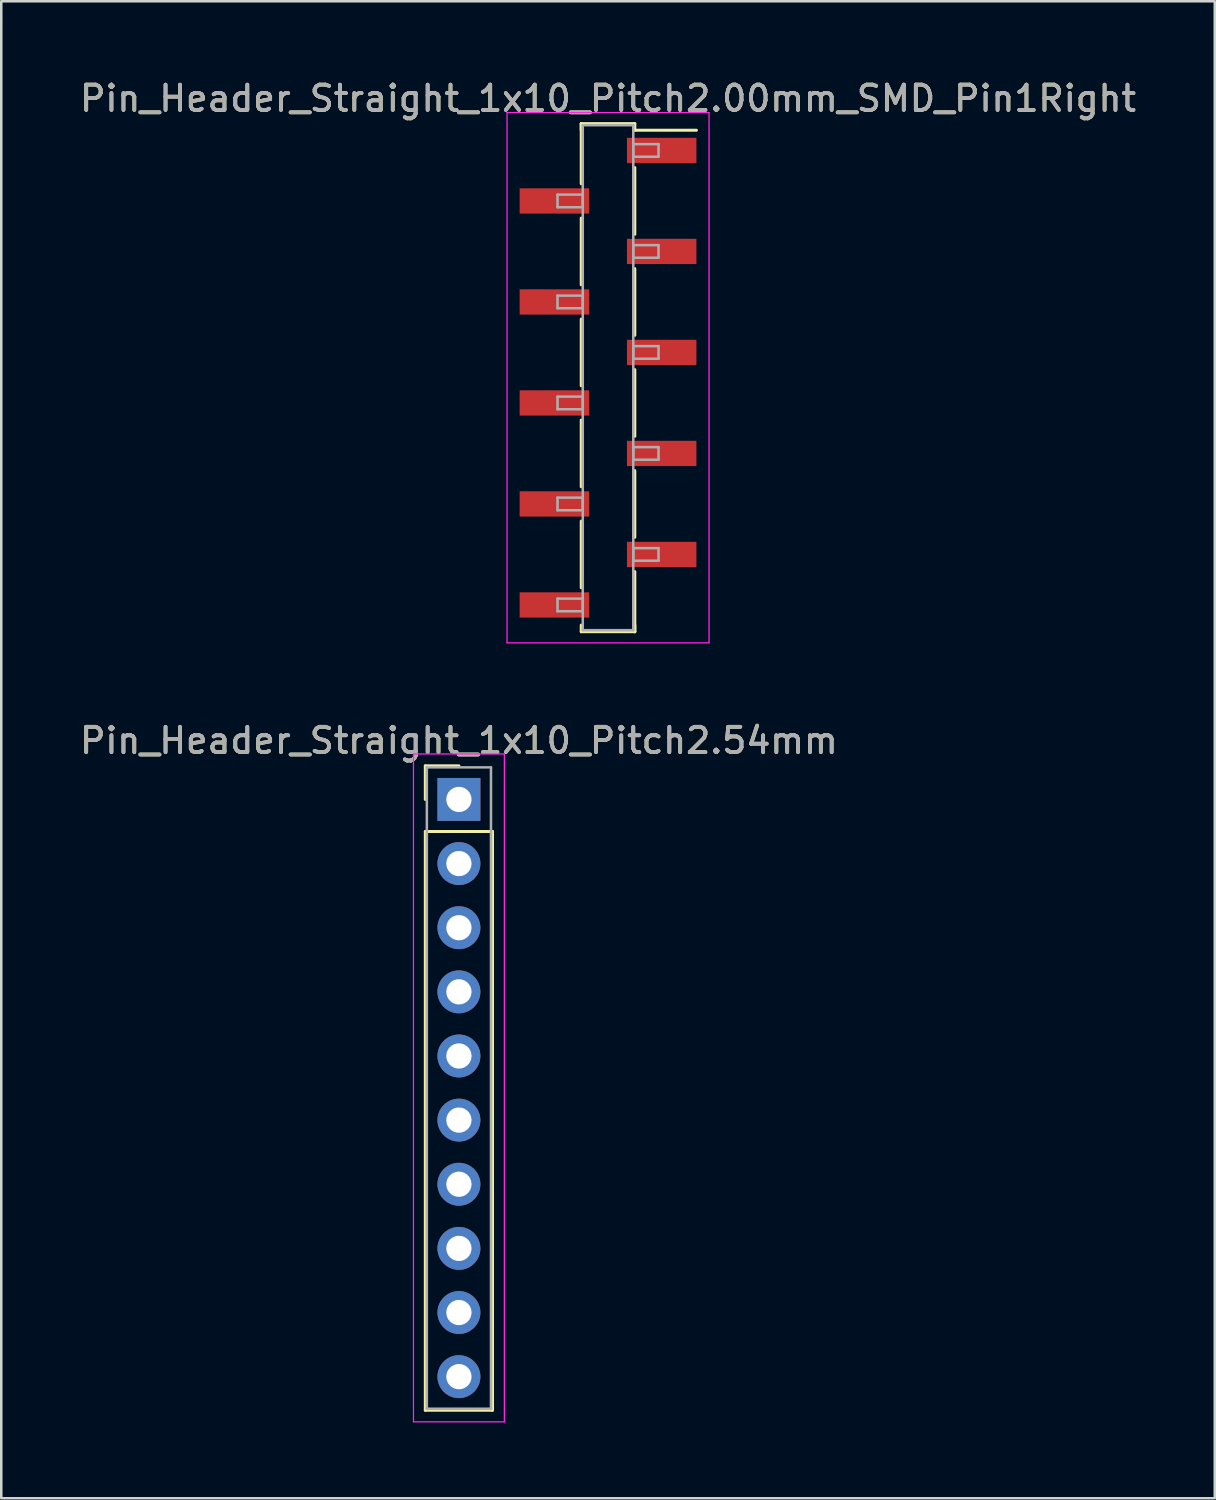
<source format=kicad_pcb>
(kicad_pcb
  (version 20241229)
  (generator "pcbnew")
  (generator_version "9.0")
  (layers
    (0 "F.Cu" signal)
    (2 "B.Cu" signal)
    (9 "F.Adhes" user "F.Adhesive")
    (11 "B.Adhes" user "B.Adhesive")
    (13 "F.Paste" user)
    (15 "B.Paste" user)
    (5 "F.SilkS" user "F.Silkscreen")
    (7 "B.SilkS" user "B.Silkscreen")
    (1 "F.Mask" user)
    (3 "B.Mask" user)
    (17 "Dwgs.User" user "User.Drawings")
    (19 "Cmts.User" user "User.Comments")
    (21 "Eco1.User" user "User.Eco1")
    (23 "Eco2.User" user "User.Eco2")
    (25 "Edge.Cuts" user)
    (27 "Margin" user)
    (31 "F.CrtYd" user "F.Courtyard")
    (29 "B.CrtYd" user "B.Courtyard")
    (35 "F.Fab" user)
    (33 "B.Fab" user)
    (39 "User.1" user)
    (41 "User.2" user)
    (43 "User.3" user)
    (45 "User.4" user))
  (footprint "Pin_Header_Straight_1x10_Pitch2.00mm_SMD_Pin1Right"
    (layer "F.Cu")
    (at 21.03 11.908)
    (property "Reference" "Pin_Header_Straight_1x10_Pitch2.00mm_SMD_Pin1Right" (at 0 -11.06 0) (layer "F.SilkS") (effects (font (size 1 1) (thickness 0.15))))
    (attr smd)
    (fp_line (start -1.06 -10.06) (end -1.06 -7.68) (stroke (width 0.12) (type solid)) (layer "F.SilkS"))
    (fp_line (start -1.06 -10.06) (end 1.06 -10.06) (stroke (width 0.12) (type solid)) (layer "F.SilkS"))
    (fp_line (start -1.06 -9.8) (end -1.06 -10.06) (stroke (width 0.12) (type solid)) (layer "F.SilkS"))
    (fp_line (start -1.06 -6.32) (end -1.06 -3.68) (stroke (width 0.12) (type solid)) (layer "F.SilkS"))
    (fp_line (start -1.06 -2.32) (end -1.06 0.32) (stroke (width 0.12) (type solid)) (layer "F.SilkS"))
    (fp_line (start -1.06 1.68) (end -1.06 4.32) (stroke (width 0.12) (type solid)) (layer "F.SilkS"))
    (fp_line (start -1.06 5.68) (end -1.06 8.32) (stroke (width 0.12) (type solid)) (layer "F.SilkS"))
    (fp_line (start -1.06 9.8) (end -1.06 10.06) (stroke (width 0.12) (type solid)) (layer "F.SilkS"))
    (fp_line (start -1.06 10.06) (end 1.06 10.06) (stroke (width 0.12) (type solid)) (layer "F.SilkS"))
    (fp_line (start 1.06 -10.06) (end 1.06 -9.8) (stroke (width 0.12) (type solid)) (layer "F.SilkS"))
    (fp_line (start 1.06 -9.8) (end 3.5 -9.8) (stroke (width 0.12) (type solid)) (layer "F.SilkS"))
    (fp_line (start 1.06 -8.32) (end 1.06 -5.68) (stroke (width 0.12) (type solid)) (layer "F.SilkS"))
    (fp_line (start 1.06 -4.32) (end 1.06 -1.68) (stroke (width 0.12) (type solid)) (layer "F.SilkS"))
    (fp_line (start 1.06 -0.32) (end 1.06 2.32) (stroke (width 0.12) (type solid)) (layer "F.SilkS"))
    (fp_line (start 1.06 3.68) (end 1.06 6.32) (stroke (width 0.12) (type solid)) (layer "F.SilkS"))
    (fp_line (start 1.06 7.68) (end 1.06 10.06) (stroke (width 0.12) (type solid)) (layer "F.SilkS"))
    (fp_line (start 1.06 10.06) (end 1.06 9.8) (stroke (width 0.12) (type solid)) (layer "F.SilkS"))
    (fp_line (start -4 -10.5) (end -4 10.5) (stroke (width 0.05) (type solid)) (layer "F.CrtYd"))
    (fp_line (start -4 10.5) (end 4 10.5) (stroke (width 0.05) (type solid)) (layer "F.CrtYd"))
    (fp_line (start 4 -10.5) (end -4 -10.5) (stroke (width 0.05) (type solid)) (layer "F.CrtYd"))
    (fp_line (start 4 10.5) (end 4 -10.5) (stroke (width 0.05) (type solid)) (layer "F.CrtYd"))
    (fp_line (start -2 -7.25) (end -1 -7.25) (stroke (width 0.1) (type solid)) (layer "F.Fab"))
    (fp_line (start -2 -6.75) (end -2 -7.25) (stroke (width 0.1) (type solid)) (layer "F.Fab"))
    (fp_line (start -2 -3.25) (end -1 -3.25) (stroke (width 0.1) (type solid)) (layer "F.Fab"))
    (fp_line (start -2 -2.75) (end -2 -3.25) (stroke (width 0.1) (type solid)) (layer "F.Fab"))
    (fp_line (start -2 0.75) (end -1 0.75) (stroke (width 0.1) (type solid)) (layer "F.Fab"))
    (fp_line (start -2 1.25) (end -2 0.75) (stroke (width 0.1) (type solid)) (layer "F.Fab"))
    (fp_line (start -2 4.75) (end -1 4.75) (stroke (width 0.1) (type solid)) (layer "F.Fab"))
    (fp_line (start -2 5.25) (end -2 4.75) (stroke (width 0.1) (type solid)) (layer "F.Fab"))
    (fp_line (start -2 8.75) (end -1 8.75) (stroke (width 0.1) (type solid)) (layer "F.Fab"))
    (fp_line (start -2 9.25) (end -2 8.75) (stroke (width 0.1) (type solid)) (layer "F.Fab"))
    (fp_line (start -1 -10) (end -1 10) (stroke (width 0.1) (type solid)) (layer "F.Fab"))
    (fp_line (start -1 -7.25) (end -1 -6.75) (stroke (width 0.1) (type solid)) (layer "F.Fab"))
    (fp_line (start -1 -6.75) (end -2 -6.75) (stroke (width 0.1) (type solid)) (layer "F.Fab"))
    (fp_line (start -1 -3.25) (end -1 -2.75) (stroke (width 0.1) (type solid)) (layer "F.Fab"))
    (fp_line (start -1 -2.75) (end -2 -2.75) (stroke (width 0.1) (type solid)) (layer "F.Fab"))
    (fp_line (start -1 0.75) (end -1 1.25) (stroke (width 0.1) (type solid)) (layer "F.Fab"))
    (fp_line (start -1 1.25) (end -2 1.25) (stroke (width 0.1) (type solid)) (layer "F.Fab"))
    (fp_line (start -1 4.75) (end -1 5.25) (stroke (width 0.1) (type solid)) (layer "F.Fab"))
    (fp_line (start -1 5.25) (end -2 5.25) (stroke (width 0.1) (type solid)) (layer "F.Fab"))
    (fp_line (start -1 8.75) (end -1 9.25) (stroke (width 0.1) (type solid)) (layer "F.Fab"))
    (fp_line (start -1 9.25) (end -2 9.25) (stroke (width 0.1) (type solid)) (layer "F.Fab"))
    (fp_line (start -1 10) (end 1 10) (stroke (width 0.1) (type solid)) (layer "F.Fab"))
    (fp_line (start 1 -10) (end -1 -10) (stroke (width 0.1) (type solid)) (layer "F.Fab"))
    (fp_line (start 1 -9.25) (end 1 -8.75) (stroke (width 0.1) (type solid)) (layer "F.Fab"))
    (fp_line (start 1 -8.75) (end 2 -8.75) (stroke (width 0.1) (type solid)) (layer "F.Fab"))
    (fp_line (start 1 -5.25) (end 1 -4.75) (stroke (width 0.1) (type solid)) (layer "F.Fab"))
    (fp_line (start 1 -4.75) (end 2 -4.75) (stroke (width 0.1) (type solid)) (layer "F.Fab"))
    (fp_line (start 1 -1.25) (end 1 -0.75) (stroke (width 0.1) (type solid)) (layer "F.Fab"))
    (fp_line (start 1 -0.75) (end 2 -0.75) (stroke (width 0.1) (type solid)) (layer "F.Fab"))
    (fp_line (start 1 2.75) (end 1 3.25) (stroke (width 0.1) (type solid)) (layer "F.Fab"))
    (fp_line (start 1 3.25) (end 2 3.25) (stroke (width 0.1) (type solid)) (layer "F.Fab"))
    (fp_line (start 1 6.75) (end 1 7.25) (stroke (width 0.1) (type solid)) (layer "F.Fab"))
    (fp_line (start 1 7.25) (end 2 7.25) (stroke (width 0.1) (type solid)) (layer "F.Fab"))
    (fp_line (start 1 10) (end 1 -10) (stroke (width 0.1) (type solid)) (layer "F.Fab"))
    (fp_line (start 2 -9.25) (end 1 -9.25) (stroke (width 0.1) (type solid)) (layer "F.Fab"))
    (fp_line (start 2 -8.75) (end 2 -9.25) (stroke (width 0.1) (type solid)) (layer "F.Fab"))
    (fp_line (start 2 -5.25) (end 1 -5.25) (stroke (width 0.1) (type solid)) (layer "F.Fab"))
    (fp_line (start 2 -4.75) (end 2 -5.25) (stroke (width 0.1) (type solid)) (layer "F.Fab"))
    (fp_line (start 2 -1.25) (end 1 -1.25) (stroke (width 0.1) (type solid)) (layer "F.Fab"))
    (fp_line (start 2 -0.75) (end 2 -1.25) (stroke (width 0.1) (type solid)) (layer "F.Fab"))
    (fp_line (start 2 2.75) (end 1 2.75) (stroke (width 0.1) (type solid)) (layer "F.Fab"))
    (fp_line (start 2 3.25) (end 2 2.75) (stroke (width 0.1) (type solid)) (layer "F.Fab"))
    (fp_line (start 2 6.75) (end 1 6.75) (stroke (width 0.1) (type solid)) (layer "F.Fab"))
    (fp_line (start 2 7.25) (end 2 6.75) (stroke (width 0.1) (type solid)) (layer "F.Fab"))
    (fp_text user "${REFERENCE}" (at 0 -11.06 0) (layer "F.Fab") (effects (font (size 1 1) (thickness 0.15))))
    (pad "1" smd rect (at 2.125 -9) (size 2.75 1) (layers "F.Cu" "F.Mask" "F.Paste"))
    (pad "2" smd rect (at -2.125 -7) (size 2.75 1) (layers "F.Cu" "F.Mask" "F.Paste"))
    (pad "3" smd rect (at 2.125 -5) (size 2.75 1) (layers "F.Cu" "F.Mask" "F.Paste"))
    (pad "4" smd rect (at -2.125 -3) (size 2.75 1) (layers "F.Cu" "F.Mask" "F.Paste"))
    (pad "5" smd rect (at 2.125 -1) (size 2.75 1) (layers "F.Cu" "F.Mask" "F.Paste"))
    (pad "6" smd rect (at -2.125 1) (size 2.75 1) (layers "F.Cu" "F.Mask" "F.Paste"))
    (pad "7" smd rect (at 2.125 3) (size 2.75 1) (layers "F.Cu" "F.Mask" "F.Paste"))
    (pad "8" smd rect (at -2.125 5) (size 2.75 1) (layers "F.Cu" "F.Mask" "F.Paste"))
    (pad "9" smd rect (at 2.125 7) (size 2.75 1) (layers "F.Cu" "F.Mask" "F.Paste"))
    (pad "10" smd rect (at -2.125 9) (size 2.75 1) (layers "F.Cu" "F.Mask" "F.Paste")))
  (footprint "Pin_Header_Straight_1x10_Pitch2.54mm"
    (layer "F.Cu")
    (at 15.125 28.611)
    (property "Reference" "Pin_Header_Straight_1x10_Pitch2.54mm" (at 0 -2.33 0) (layer "F.SilkS") (effects (font (size 1 1) (thickness 0.15))))
    (attr through_hole)
    (fp_line (start -1.33 -1.33) (end 0 -1.33) (stroke (width 0.12) (type solid)) (layer "F.SilkS"))
    (fp_line (start -1.33 0) (end -1.33 -1.33) (stroke (width 0.12) (type solid)) (layer "F.SilkS"))
    (fp_line (start -1.33 1.27) (end -1.33 24.19) (stroke (width 0.12) (type solid)) (layer "F.SilkS"))
    (fp_line (start -1.33 24.19) (end 1.33 24.19) (stroke (width 0.12) (type solid)) (layer "F.SilkS"))
    (fp_line (start 1.33 1.27) (end -1.33 1.27) (stroke (width 0.12) (type solid)) (layer "F.SilkS"))
    (fp_line (start 1.33 24.19) (end 1.33 1.27) (stroke (width 0.12) (type solid)) (layer "F.SilkS"))
    (fp_line (start -1.8 -1.8) (end -1.8 24.65) (stroke (width 0.05) (type solid)) (layer "F.CrtYd"))
    (fp_line (start -1.8 24.65) (end 1.8 24.65) (stroke (width 0.05) (type solid)) (layer "F.CrtYd"))
    (fp_line (start 1.8 -1.8) (end -1.8 -1.8) (stroke (width 0.05) (type solid)) (layer "F.CrtYd"))
    (fp_line (start 1.8 24.65) (end 1.8 -1.8) (stroke (width 0.05) (type solid)) (layer "F.CrtYd"))
    (fp_line (start -1.27 -1.27) (end -1.27 24.13) (stroke (width 0.1) (type solid)) (layer "F.Fab"))
    (fp_line (start -1.27 24.13) (end 1.27 24.13) (stroke (width 0.1) (type solid)) (layer "F.Fab"))
    (fp_line (start 1.27 -1.27) (end -1.27 -1.27) (stroke (width 0.1) (type solid)) (layer "F.Fab"))
    (fp_line (start 1.27 24.13) (end 1.27 -1.27) (stroke (width 0.1) (type solid)) (layer "F.Fab"))
    (fp_text user "${REFERENCE}" (at 0 -2.33 0) (layer "F.Fab") (effects (font (size 1 1) (thickness 0.15))))
    (pad "1" thru_hole rect (at 0 0) (size 1.7 1.7) (drill 1) (layers "*.Cu" "*.Mask"))
    (pad "2" thru_hole oval (at 0 2.54) (size 1.7 1.7) (drill 1) (layers "*.Cu" "*.Mask"))
    (pad "3" thru_hole oval (at 0 5.08) (size 1.7 1.7) (drill 1) (layers "*.Cu" "*.Mask"))
    (pad "4" thru_hole oval (at 0 7.62) (size 1.7 1.7) (drill 1) (layers "*.Cu" "*.Mask"))
    (pad "5" thru_hole oval (at 0 10.16) (size 1.7 1.7) (drill 1) (layers "*.Cu" "*.Mask"))
    (pad "6" thru_hole oval (at 0 12.7) (size 1.7 1.7) (drill 1) (layers "*.Cu" "*.Mask"))
    (pad "7" thru_hole oval (at 0 15.24) (size 1.7 1.7) (drill 1) (layers "*.Cu" "*.Mask"))
    (pad "8" thru_hole oval (at 0 17.78) (size 1.7 1.7) (drill 1) (layers "*.Cu" "*.Mask"))
    (pad "9" thru_hole oval (at 0 20.32) (size 1.7 1.7) (drill 1) (layers "*.Cu" "*.Mask"))
    (pad "10" thru_hole oval (at 0 22.86) (size 1.7 1.7) (drill 1) (layers "*.Cu" "*.Mask")))
  (gr_rect
    (start -3 -3)
    (end 45.06 56.286)
    (stroke (width 0.1) (type default))
    (fill no)
    (layer "Edge.Cuts")))
</source>
